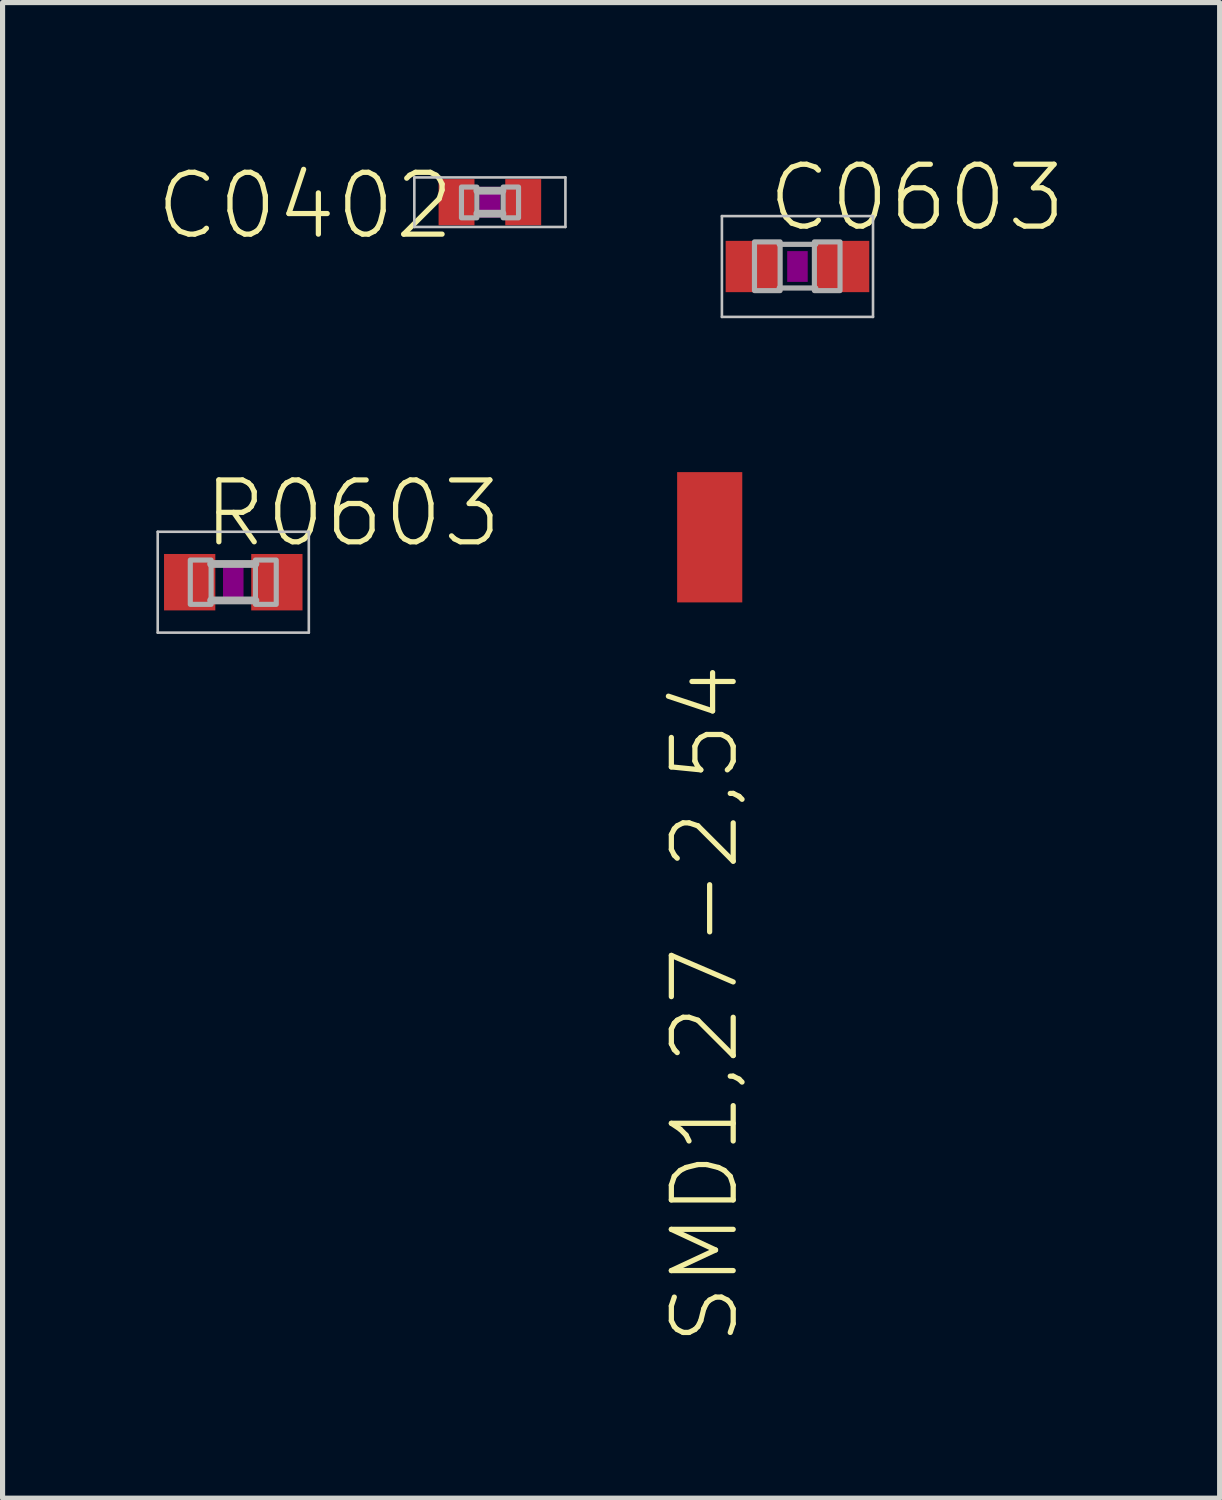
<source format=kicad_pcb>
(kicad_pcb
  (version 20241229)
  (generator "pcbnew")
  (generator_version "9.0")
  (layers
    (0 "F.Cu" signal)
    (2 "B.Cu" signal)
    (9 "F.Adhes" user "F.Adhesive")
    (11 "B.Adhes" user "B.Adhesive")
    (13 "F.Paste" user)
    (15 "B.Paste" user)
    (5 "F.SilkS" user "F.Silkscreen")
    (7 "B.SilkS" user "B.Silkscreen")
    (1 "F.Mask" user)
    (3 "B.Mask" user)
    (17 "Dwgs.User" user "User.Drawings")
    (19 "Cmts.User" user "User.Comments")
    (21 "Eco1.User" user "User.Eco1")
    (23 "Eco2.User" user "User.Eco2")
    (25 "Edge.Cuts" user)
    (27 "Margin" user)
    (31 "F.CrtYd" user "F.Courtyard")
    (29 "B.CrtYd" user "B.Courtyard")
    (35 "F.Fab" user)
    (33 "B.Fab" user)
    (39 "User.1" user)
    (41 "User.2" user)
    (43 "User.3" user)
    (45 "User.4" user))
  (footprint "C0402"
    (layer "F.Cu")
    (at 6.501 0.892)
    (property "Reference" "C0402" (at -0.635 -0.635 0) (layer "F.SilkS") (effects (font (size 1.206 1.206) (thickness 0.102)) (justify right top)))
    (attr through_hole)
    (fp_poly (pts (xy -0.2 0.3) (xy 0.2 0.3) (xy 0.2 -0.3) (xy -0.2 -0.3)) (stroke (width 0) (type solid)) (fill yes) (layer "F.Adhes"))
    (fp_line (start -1.473 -0.483) (end 1.473 -0.483) (stroke (width 0.051) (type solid)) (layer "Dwgs.User"))
    (fp_line (start -1.473 0.483) (end -1.473 -0.483) (stroke (width 0.051) (type solid)) (layer "Dwgs.User"))
    (fp_line (start 1.473 -0.483) (end 1.473 0.483) (stroke (width 0.051) (type solid)) (layer "Dwgs.User"))
    (fp_line (start 1.473 0.483) (end -1.473 0.483) (stroke (width 0.051) (type solid)) (layer "Dwgs.User"))
    (fp_line (start -0.245 -0.224) (end 0.245 -0.224) (stroke (width 0.152) (type solid)) (layer "F.Fab"))
    (fp_line (start 0.245 0.224) (end -0.245 0.224) (stroke (width 0.152) (type solid)) (layer "F.Fab"))
    (fp_poly (pts (xy -0.554 0.305) (xy -0.254 0.305) (xy -0.254 -0.295) (xy -0.554 -0.295)) (stroke (width 0.1) (type solid)) (fill no) (layer "F.Fab"))
    (fp_poly (pts (xy 0.259 0.305) (xy 0.559 0.305) (xy 0.559 -0.295) (xy 0.259 -0.295)) (stroke (width 0.1) (type solid)) (fill no) (layer "F.Fab"))
    (pad "1" smd rect (at -0.65 0) (size 0.7 0.9) (layers "F.Cu" "F.Mask" "F.Paste"))
    (pad "2" smd rect (at 0.65 0) (size 0.7 0.9) (layers "F.Cu" "F.Mask" "F.Paste")))
  (footprint "C0603"
    (layer "F.Cu")
    (at 12.498 2.146)
    (property "Reference" "C0603" (at -0.635 -0.635 0) (layer "F.SilkS") (effects (font (size 1.206 1.206) (thickness 0.102)) (justify left bottom)))
    (attr through_hole)
    (fp_poly (pts (xy -0.2 0.3) (xy 0.2 0.3) (xy 0.2 -0.3) (xy -0.2 -0.3)) (stroke (width 0) (type solid)) (fill yes) (layer "F.Adhes"))
    (fp_line (start -1.473 -0.983) (end 1.473 -0.983) (stroke (width 0.051) (type solid)) (layer "Dwgs.User"))
    (fp_line (start -1.473 0.983) (end -1.473 -0.983) (stroke (width 0.051) (type solid)) (layer "Dwgs.User"))
    (fp_line (start 1.473 -0.983) (end 1.473 0.983) (stroke (width 0.051) (type solid)) (layer "Dwgs.User"))
    (fp_line (start 1.473 0.983) (end -1.473 0.983) (stroke (width 0.051) (type solid)) (layer "Dwgs.User"))
    (fp_line (start -0.356 -0.432) (end 0.356 -0.432) (stroke (width 0.102) (type solid)) (layer "F.Fab"))
    (fp_line (start -0.356 0.419) (end 0.356 0.419) (stroke (width 0.102) (type solid)) (layer "F.Fab"))
    (fp_poly (pts (xy -0.838 0.47) (xy -0.338 0.47) (xy -0.338 -0.48) (xy -0.838 -0.48)) (stroke (width 0.1) (type solid)) (fill no) (layer "F.Fab"))
    (fp_poly (pts (xy 0.33 0.47) (xy 0.83 0.47) (xy 0.83 -0.48) (xy 0.33 -0.48)) (stroke (width 0.1) (type solid)) (fill no) (layer "F.Fab"))
    (pad "1" smd rect (at -0.85 0) (size 1.1 1) (layers "F.Cu" "F.Mask" "F.Paste"))
    (pad "2" smd rect (at 0.85 0) (size 1.1 1) (layers "F.Cu" "F.Mask" "F.Paste")))
  (footprint "R0603"
    (layer "F.Cu")
    (at 1.498 8.301)
    (property "Reference" "R0603" (at -0.635 -0.635 0) (layer "F.SilkS") (effects (font (size 1.206 1.206) (thickness 0.102)) (justify left bottom)))
    (attr through_hole)
    (fp_poly (pts (xy -0.2 0.4) (xy 0.2 0.4) (xy 0.2 -0.4) (xy -0.2 -0.4)) (stroke (width 0) (type solid)) (fill yes) (layer "F.Adhes"))
    (fp_line (start -1.473 -0.983) (end 1.473 -0.983) (stroke (width 0.051) (type solid)) (layer "Dwgs.User"))
    (fp_line (start -1.473 0.983) (end -1.473 -0.983) (stroke (width 0.051) (type solid)) (layer "Dwgs.User"))
    (fp_line (start 1.473 -0.983) (end 1.473 0.983) (stroke (width 0.051) (type solid)) (layer "Dwgs.User"))
    (fp_line (start 1.473 0.983) (end -1.473 0.983) (stroke (width 0.051) (type solid)) (layer "Dwgs.User"))
    (fp_line (start -0.432 0.356) (end 0.432 0.356) (stroke (width 0.152) (type solid)) (layer "F.Fab"))
    (fp_line (start 0.432 -0.356) (end -0.432 -0.356) (stroke (width 0.152) (type solid)) (layer "F.Fab"))
    (fp_poly (pts (xy -0.838 0.432) (xy -0.432 0.432) (xy -0.432 -0.432) (xy -0.838 -0.432)) (stroke (width 0.1) (type solid)) (fill no) (layer "F.Fab"))
    (fp_poly (pts (xy 0.432 0.432) (xy 0.838 0.432) (xy 0.838 -0.432) (xy 0.432 -0.432)) (stroke (width 0.1) (type solid)) (fill no) (layer "F.Fab"))
    (pad "1" smd rect (at -0.85 0) (size 1 1.1) (layers "F.Cu" "F.Mask" "F.Paste"))
    (pad "2" smd rect (at 0.85 0) (size 1 1.1) (layers "F.Cu" "F.Mask" "F.Paste")))
  (footprint "SMD1,27-2,54"
    (layer "F.Cu")
    (at 10.787 7.425)
    (property "Reference" "SMD1,27-2,54" (at -0.8 2.4 90) (layer "F.SilkS") (effects (font (size 1.206 1.206) (thickness 0.102)) (justify right top)))
    (attr through_hole)
    (pad "1" smd rect (at 0 0) (size 1.27 2.54) (layers "F.Cu" "F.Mask" "F.Paste")))
  (gr_rect
    (start -3 -3)
    (end 20.729 26.16)
    (stroke (width 0.1) (type default))
    (fill no)
    (layer "Edge.Cuts")))
</source>
